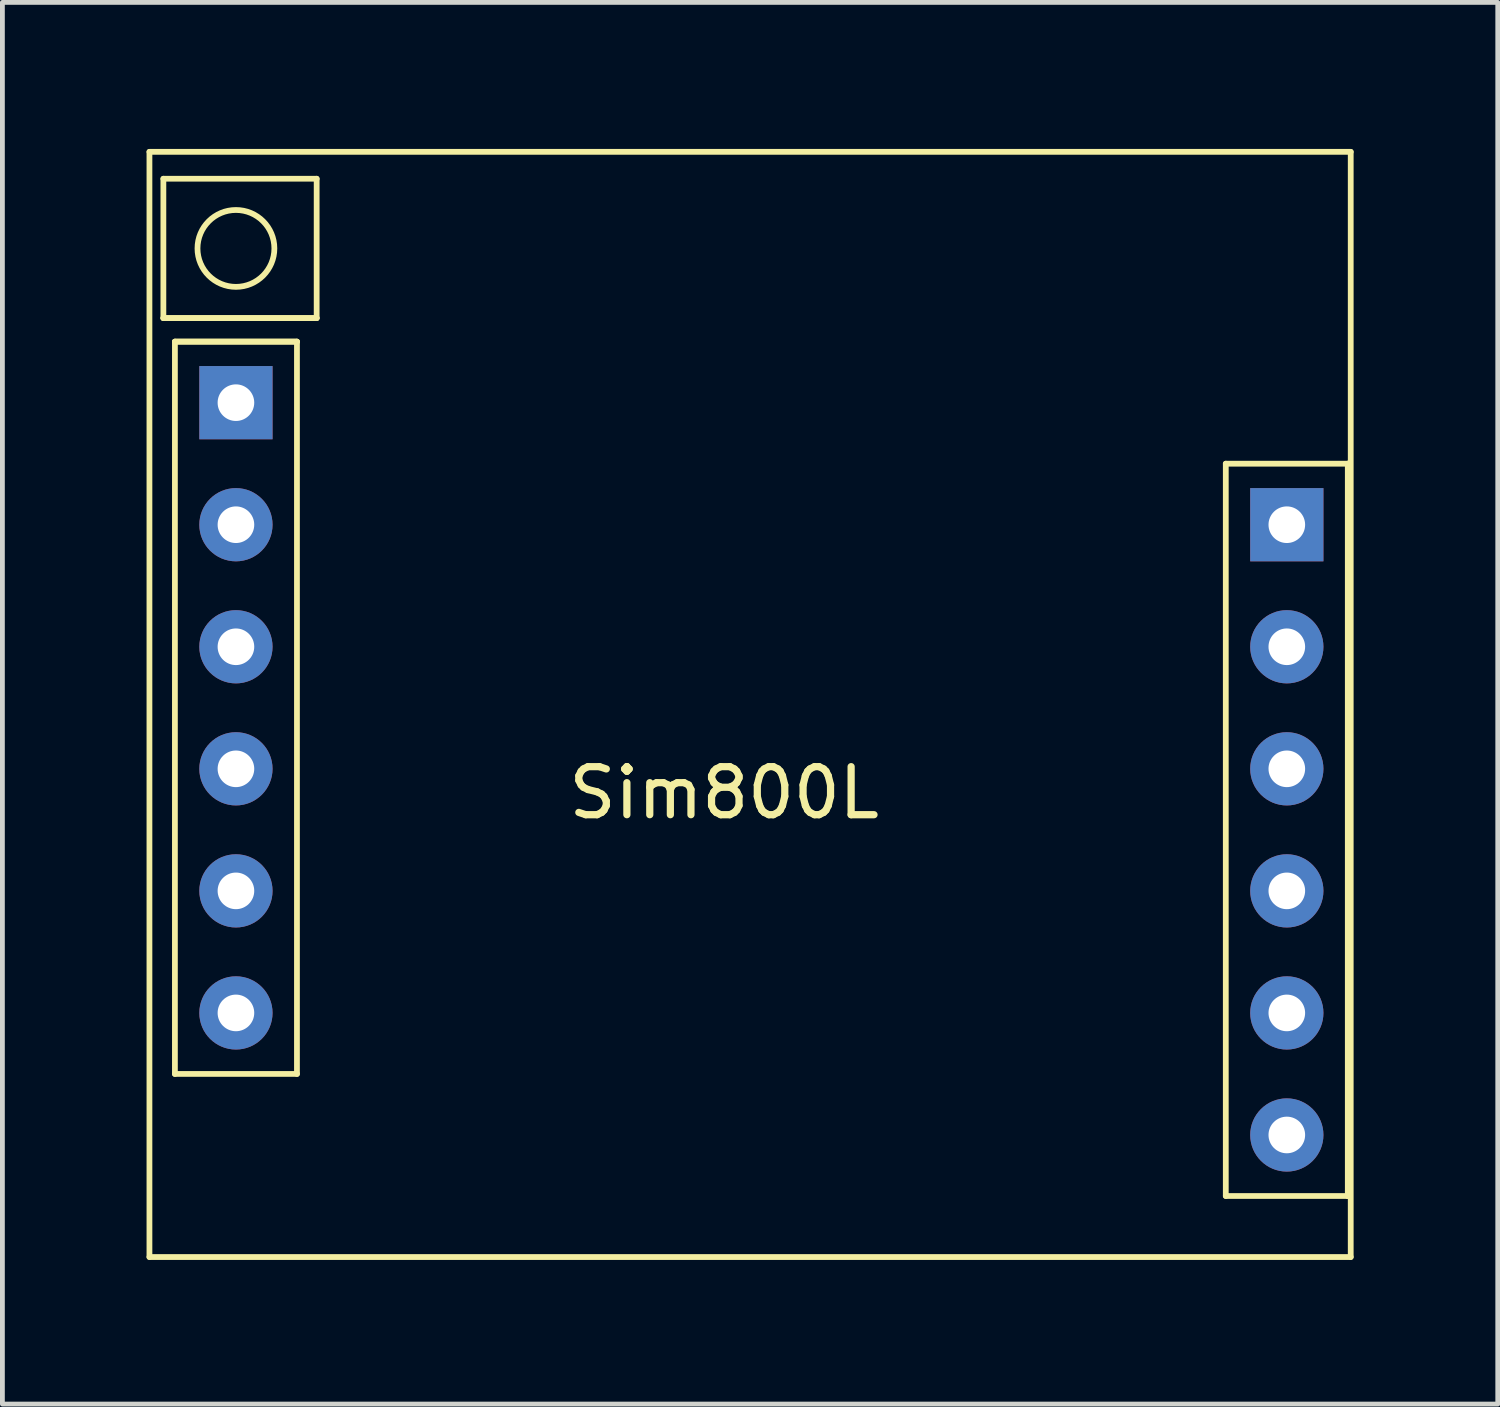
<source format=kicad_pcb>
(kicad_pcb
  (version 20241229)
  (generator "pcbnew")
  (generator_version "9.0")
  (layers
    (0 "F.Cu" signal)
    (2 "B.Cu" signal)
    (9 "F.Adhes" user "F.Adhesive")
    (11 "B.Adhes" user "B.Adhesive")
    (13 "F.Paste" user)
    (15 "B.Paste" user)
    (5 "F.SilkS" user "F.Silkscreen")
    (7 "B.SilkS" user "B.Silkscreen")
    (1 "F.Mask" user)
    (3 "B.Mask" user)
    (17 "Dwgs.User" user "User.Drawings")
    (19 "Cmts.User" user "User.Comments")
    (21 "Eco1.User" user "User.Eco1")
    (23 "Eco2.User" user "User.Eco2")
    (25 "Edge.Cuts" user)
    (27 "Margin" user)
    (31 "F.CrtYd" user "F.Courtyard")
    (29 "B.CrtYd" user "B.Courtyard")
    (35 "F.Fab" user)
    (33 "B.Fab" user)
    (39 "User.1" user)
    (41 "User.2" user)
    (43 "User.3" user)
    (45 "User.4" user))
  (footprint "Sim800L"
    (layer "F.Cu")
    (at 6.94 0.25)
    (property "Reference" "Sim800L" (at 5.08 13.2 0) (layer "F.SilkS") (effects (font (size 1 1) (thickness 0.15))))
    (attr through_hole)
    (fp_line (start -6.88 -0.14) (end -6.88 22.86) (stroke (width 0.12) (type solid)) (layer "F.SilkS"))
    (fp_line (start -6.59 0.42) (end -6.59 3.32) (stroke (width 0.12) (type solid)) (layer "F.SilkS"))
    (fp_line (start -6.59 3.32) (end -3.4 3.32) (stroke (width 0.12) (type solid)) (layer "F.SilkS"))
    (fp_line (start -6.59 3.32) (end -3.4 3.32) (stroke (width 0.12) (type solid)) (layer "F.SilkS"))
    (fp_line (start -6.35 3.81) (end -3.81 3.81) (stroke (width 0.12) (type solid)) (layer "F.SilkS"))
    (fp_line (start -6.35 3.81) (end -3.81 3.81) (stroke (width 0.12) (type solid)) (layer "F.SilkS"))
    (fp_line (start -6.35 19.05) (end -6.35 3.81) (stroke (width 0.12) (type solid)) (layer "F.SilkS"))
    (fp_line (start -3.81 3.81) (end -3.81 19.05) (stroke (width 0.12) (type solid)) (layer "F.SilkS"))
    (fp_line (start -3.81 19.05) (end -6.35 19.05) (stroke (width 0.12) (type solid)) (layer "F.SilkS"))
    (fp_line (start -3.4 0.42) (end -6.59 0.42) (stroke (width 0.12) (type solid)) (layer "F.SilkS"))
    (fp_line (start -3.4 3.32) (end -3.4 0.42) (stroke (width 0.12) (type solid)) (layer "F.SilkS"))
    (fp_line (start 15.52 6.35) (end 18.06 6.35) (stroke (width 0.12) (type solid)) (layer "F.SilkS"))
    (fp_line (start 15.52 21.59) (end 15.52 6.35) (stroke (width 0.12) (type solid)) (layer "F.SilkS"))
    (fp_line (start 18.06 6.35) (end 18.06 21.59) (stroke (width 0.12) (type solid)) (layer "F.SilkS"))
    (fp_line (start 18.06 6.35) (end 18.06 21.59) (stroke (width 0.12) (type solid)) (layer "F.SilkS"))
    (fp_line (start 18.06 21.59) (end 15.52 21.59) (stroke (width 0.12) (type solid)) (layer "F.SilkS"))
    (fp_line (start 18.12 -0.14) (end -6.88 -0.14) (stroke (width 0.12) (type solid)) (layer "F.SilkS"))
    (fp_line (start 18.12 22.86) (end -6.88 22.86) (stroke (width 0.12) (type solid)) (layer "F.SilkS"))
    (fp_line (start 18.12 22.86) (end 18.12 -0.14) (stroke (width 0.12) (type solid)) (layer "F.SilkS"))
    (fp_circle (center -5.08 1.87) (end -4.28 1.87) (stroke (width 0.12) (type solid)) (fill no) (layer "F.SilkS"))
    (pad "1" thru_hole trapezoid (at -5.08 5.08) (size 1.524 1.524) (drill 0.762) (layers "*.Cu" "*.Mask"))
    (pad "2" thru_hole circle (at -5.08 7.62) (size 1.524 1.524) (drill 0.762) (layers "*.Cu" "*.Mask"))
    (pad "3" thru_hole circle (at -5.08 10.16) (size 1.524 1.524) (drill 0.762) (layers "*.Cu" "*.Mask"))
    (pad "4" thru_hole circle (at -5.08 12.7) (size 1.524 1.524) (drill 0.762) (layers "*.Cu" "*.Mask"))
    (pad "5" thru_hole circle (at -5.08 15.24) (size 1.524 1.524) (drill 0.762) (layers "*.Cu" "*.Mask"))
    (pad "6" thru_hole circle (at -5.08 17.78) (size 1.524 1.524) (drill 0.762) (layers "*.Cu" "*.Mask"))
    (pad "7" thru_hole circle (at 16.79 20.32) (size 1.524 1.524) (drill 0.762) (layers "*.Cu" "*.Mask"))
    (pad "8" thru_hole circle (at 16.79 17.78) (size 1.524 1.524) (drill 0.762) (layers "*.Cu" "*.Mask"))
    (pad "9" thru_hole circle (at 16.79 15.24) (size 1.524 1.524) (drill 0.762) (layers "*.Cu" "*.Mask"))
    (pad "10" thru_hole circle (at 16.79 12.7) (size 1.524 1.524) (drill 0.762) (layers "*.Cu" "*.Mask"))
    (pad "11" thru_hole circle (at 16.79 10.16) (size 1.524 1.524) (drill 0.762) (layers "*.Cu" "*.Mask"))
    (pad "12" thru_hole trapezoid (at 16.79 7.62) (size 1.524 1.524) (drill 0.762) (layers "*.Cu" "*.Mask")))
  (gr_rect
    (start -3 -3)
    (end 28.12 26.17)
    (stroke (width 0.1) (type default))
    (fill no)
    (layer "Edge.Cuts")))
</source>
